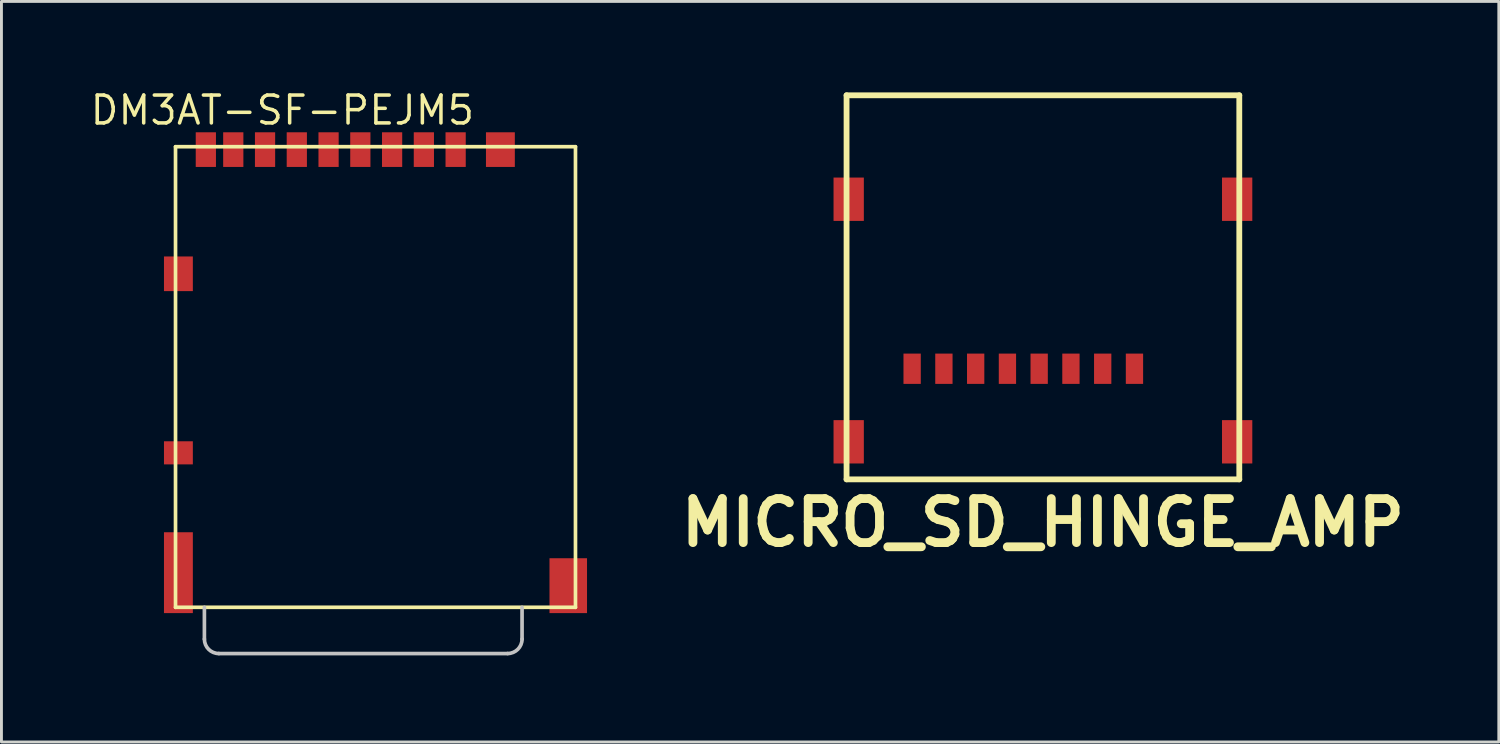
<source format=kicad_pcb>
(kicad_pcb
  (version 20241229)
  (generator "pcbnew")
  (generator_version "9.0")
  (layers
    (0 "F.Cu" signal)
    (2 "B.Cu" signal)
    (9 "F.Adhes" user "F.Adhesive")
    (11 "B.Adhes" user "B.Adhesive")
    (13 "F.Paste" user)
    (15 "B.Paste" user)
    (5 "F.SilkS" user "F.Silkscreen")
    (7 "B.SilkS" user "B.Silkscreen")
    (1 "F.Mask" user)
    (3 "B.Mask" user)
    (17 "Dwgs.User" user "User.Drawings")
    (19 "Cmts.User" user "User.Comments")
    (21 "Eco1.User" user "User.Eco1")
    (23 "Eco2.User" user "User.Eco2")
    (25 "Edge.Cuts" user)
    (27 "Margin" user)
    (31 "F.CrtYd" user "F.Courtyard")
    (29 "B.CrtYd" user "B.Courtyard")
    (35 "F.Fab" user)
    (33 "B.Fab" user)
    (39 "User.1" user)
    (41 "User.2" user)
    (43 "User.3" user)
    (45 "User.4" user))
  (footprint "DM3AT-SF-PEJM5"
    (layer "F.Cu")
    (at 9.528 2.031)
    (property "Reference" "DM3AT-SF-PEJM5" (at -2.8 -0.7 0) (layer "F.SilkS") (effects (font (size 0.965 0.965) (thickness 0.122)) (justify bottom)))
    (attr through_hole)
    (fp_line (start -6.5 0) (end -6.5 15.95) (stroke (width 0.127) (type solid)) (layer "F.SilkS"))
    (fp_line (start -6.5 15.95) (end 7.35 15.95) (stroke (width 0.127) (type solid)) (layer "F.SilkS"))
    (fp_line (start 7.35 0) (end -6.5 0) (stroke (width 0.127) (type solid)) (layer "F.SilkS"))
    (fp_line (start 7.35 0) (end 7.35 15.95) (stroke (width 0.127) (type solid)) (layer "F.SilkS"))
    (fp_line (start -5.5 15.95) (end -5.5 17.05) (stroke (width 0.127) (type solid)) (layer "Dwgs.User"))
    (fp_line (start 5 17.55) (end -5 17.55) (stroke (width 0.127) (type solid)) (layer "Dwgs.User"))
    (fp_line (start 5.5 15.95) (end 5.5 17.05) (stroke (width 0.127) (type solid)) (layer "Dwgs.User"))
    (fp_arc (start -5 17.55) (mid -5.353553 17.403553) (end -5.5 17.05) (stroke (width 0.127) (type solid)) (layer "Dwgs.User"))
    (fp_arc (start 5.5 17.05) (mid 5.353553 17.403553) (end 5 17.55) (stroke (width 0.127) (type solid)) (layer "Dwgs.User"))
    (pad "1" smd rect (at 3.2 0.1) (size 0.7 1.2) (layers "F.Cu" "F.Mask" "F.Paste"))
    (pad "2" smd rect (at 2.1 0.1) (size 0.7 1.2) (layers "F.Cu" "F.Mask" "F.Paste"))
    (pad "3" smd rect (at 1 0.1) (size 0.7 1.2) (layers "F.Cu" "F.Mask" "F.Paste"))
    (pad "4" smd rect (at -0.1 0.1) (size 0.7 1.2) (layers "F.Cu" "F.Mask" "F.Paste"))
    (pad "5" smd rect (at -1.2 0.1) (size 0.7 1.2) (layers "F.Cu" "F.Mask" "F.Paste"))
    (pad "6" smd rect (at -6.4 4.4) (size 1 1.2) (layers "F.Cu" "F.Mask" "F.Paste"))
    (pad "6" smd rect (at -6.4 14.75) (size 1 2.8) (layers "F.Cu" "F.Mask" "F.Paste"))
    (pad "6" smd rect (at -2.3 0.1) (size 0.7 1.2) (layers "F.Cu" "F.Mask" "F.Paste"))
    (pad "6" smd rect (at 4.75 0.1) (size 1 1.2) (layers "F.Cu" "F.Mask" "F.Paste"))
    (pad "6" smd rect (at 7.1 15.2) (size 1.3 1.9) (layers "F.Cu" "F.Mask" "F.Paste"))
    (pad "7" smd rect (at -3.4 0.1) (size 0.7 1.2) (layers "F.Cu" "F.Mask" "F.Paste"))
    (pad "8" smd rect (at -4.5 0.1) (size 0.7 1.2) (layers "F.Cu" "F.Mask" "F.Paste"))
    (pad "A" smd rect (at -6.4 10.6) (size 1 0.8) (layers "F.Cu" "F.Mask" "F.Paste"))
    (pad "B" smd rect (at -5.45 0.1) (size 0.7 1.2) (layers "F.Cu" "F.Mask" "F.Paste")))
  (footprint "MICRO_SD_HINGE_AMP"
    (layer "F.Cu")
    (at 33.065 0.25)
    (property "Reference" "MICRO_SD_HINGE_AMP" (at 0 14.8 0) (layer "F.SilkS") (effects (font (size 1.524 1.524) (thickness 0.305))))
    (attr through_hole)
    (fp_line (start -6.8 0) (end 6.8 0) (stroke (width 0.201) (type solid)) (layer "F.SilkS"))
    (fp_line (start -6.8 13.299) (end -6.8 0) (stroke (width 0.201) (type solid)) (layer "F.SilkS"))
    (fp_line (start 6.8 0) (end 6.8 13.299) (stroke (width 0.201) (type solid)) (layer "F.SilkS"))
    (fp_line (start 6.8 13.299) (end -6.8 13.299) (stroke (width 0.201) (type solid)) (layer "F.SilkS"))
    (pad "1" smd rect (at 3.17 9.469) (size 0.599 1.049) (layers "F.Cu" "F.Mask" "F.Paste"))
    (pad "2" smd rect (at 2.07 9.469) (size 0.599 1.049) (layers "F.Cu" "F.Mask" "F.Paste"))
    (pad "3" smd rect (at 0.97 9.469) (size 0.599 1.049) (layers "F.Cu" "F.Mask" "F.Paste"))
    (pad "4" smd rect (at -0.13 9.469) (size 0.599 1.049) (layers "F.Cu" "F.Mask" "F.Paste"))
    (pad "5" smd rect (at -1.229 9.469) (size 0.599 1.049) (layers "F.Cu" "F.Mask" "F.Paste"))
    (pad "6" smd rect (at -2.329 9.469) (size 0.599 1.049) (layers "F.Cu" "F.Mask" "F.Paste"))
    (pad "7" smd rect (at -3.429 9.469) (size 0.599 1.049) (layers "F.Cu" "F.Mask" "F.Paste"))
    (pad "8" smd rect (at -4.529 9.469) (size 0.599 1.049) (layers "F.Cu" "F.Mask" "F.Paste"))
    (pad "SHLD" smd rect (at -6.726 3.599) (size 1.049 1.501) (layers "F.Cu" "F.Mask" "F.Paste"))
    (pad "SHLD" smd rect (at -6.726 11.999) (size 1.049 1.501) (layers "F.Cu" "F.Mask" "F.Paste"))
    (pad "SHLD" smd rect (at 6.726 3.599) (size 1.049 1.501) (layers "F.Cu" "F.Mask" "F.Paste"))
    (pad "SHLD" smd rect (at 6.726 11.999) (size 1.049 1.501) (layers "F.Cu" "F.Mask" "F.Paste")))
  (gr_rect
    (start -3 -3)
    (end 48.852 22.644)
    (stroke (width 0.1) (type default))
    (fill no)
    (layer "Edge.Cuts")))
</source>
